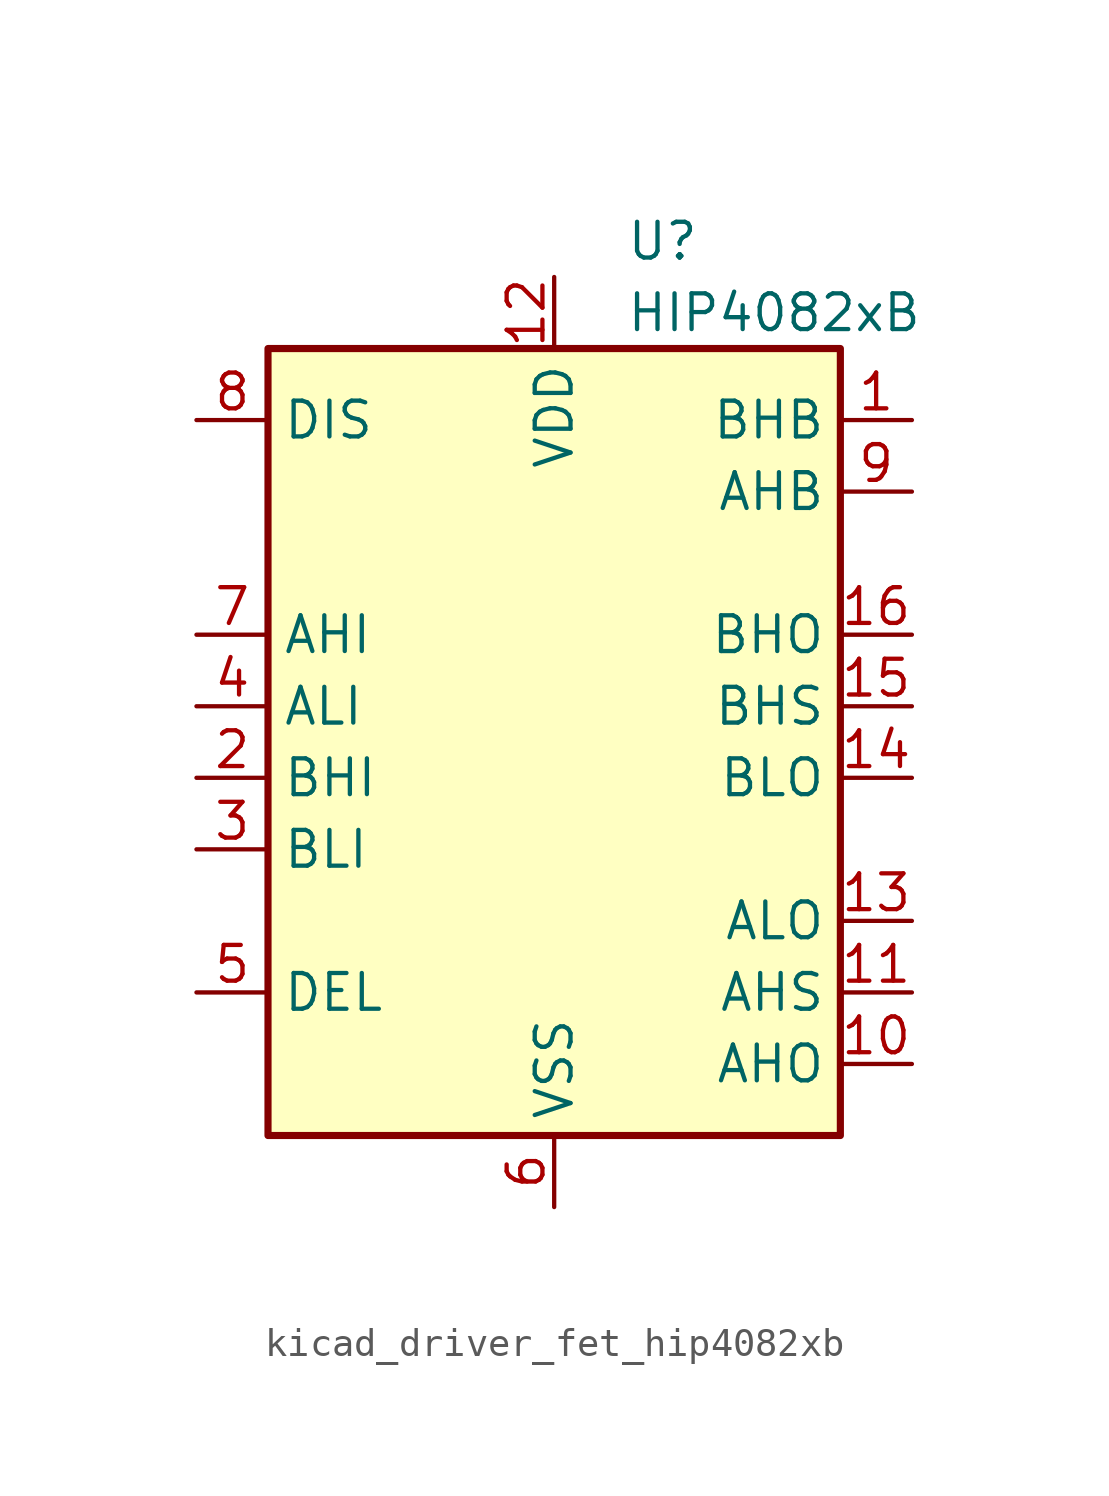
<source format=kicad_sym>
(kicad_symbol_lib
  (version 20220914)
  (generator kicad_symbol_editor)
  (symbol "kicad_driver_fet_hip4082xb"
    (property "Reference" "U"
      (at 2.54 16.51 0)
      (effects (font (size 1.27 1.27)) (justify left)))
    (property "Value" "HIP4082xB"
      (at 2.54 13.97 0)
      (effects (font (size 1.27 1.27)) (justify left)))
    (symbol "kicad_driver_fet_hip4082xb_0_0"
      (pin passive line (at -12.7 -10.16 0) (length 2.54) (name "DEL" (effects (font (size 1.27 1.27)))) (number "5" (effects (font (size 1.27 1.27))))))
    (symbol "kicad_driver_fet_hip4082xb_1_1"
      (rectangle (start -10.16 -15.24) (end 10.16 12.7) (stroke (width 0.254) (type default)) (fill (type background)))
      (pin input line (at 12.7 10.16 180) (length 2.54) (name "BHB" (effects (font (size 1.27 1.27)))) (number "1" (effects (font (size 1.27 1.27)))))
      (pin output line (at 12.7 -12.7 180) (length 2.54) (name "AHO" (effects (font (size 1.27 1.27)))) (number "10" (effects (font (size 1.27 1.27)))))
      (pin passive line (at 12.7 -10.16 180) (length 2.54) (name "AHS" (effects (font (size 1.27 1.27)))) (number "11" (effects (font (size 1.27 1.27)))))
      (pin power_in line (at 0 15.24 270) (length 2.54) (name "VDD" (effects (font (size 1.27 1.27)))) (number "12" (effects (font (size 1.27 1.27)))))
      (pin output line (at 12.7 -7.62 180) (length 2.54) (name "ALO" (effects (font (size 1.27 1.27)))) (number "13" (effects (font (size 1.27 1.27)))))
      (pin output line (at 12.7 -2.54 180) (length 2.54) (name "BLO" (effects (font (size 1.27 1.27)))) (number "14" (effects (font (size 1.27 1.27)))))
      (pin passive line (at 12.7 0 180) (length 2.54) (name "BHS" (effects (font (size 1.27 1.27)))) (number "15" (effects (font (size 1.27 1.27)))))
      (pin output line (at 12.7 2.54 180) (length 2.54) (name "BHO" (effects (font (size 1.27 1.27)))) (number "16" (effects (font (size 1.27 1.27)))))
      (pin input line (at -12.7 -2.54 0) (length 2.54) (name "BHI" (effects (font (size 1.27 1.27)))) (number "2" (effects (font (size 1.27 1.27)))))
      (pin input line (at -12.7 -5.08 0) (length 2.54) (name "BLI" (effects (font (size 1.27 1.27)))) (number "3" (effects (font (size 1.27 1.27)))))
      (pin input line (at -12.7 0 0) (length 2.54) (name "ALI" (effects (font (size 1.27 1.27)))) (number "4" (effects (font (size 1.27 1.27)))))
      (pin power_in line (at 0 -17.78 90) (length 2.54) (name "VSS" (effects (font (size 1.27 1.27)))) (number "6" (effects (font (size 1.27 1.27)))))
      (pin input line (at -12.7 2.54 0) (length 2.54) (name "AHI" (effects (font (size 1.27 1.27)))) (number "7" (effects (font (size 1.27 1.27)))))
      (pin input line (at -12.7 10.16 0) (length 2.54) (name "DIS" (effects (font (size 1.27 1.27)))) (number "8" (effects (font (size 1.27 1.27)))))
      (pin input line (at 12.7 7.62 180) (length 2.54) (name "AHB" (effects (font (size 1.27 1.27)))) (number "9" (effects (font (size 1.27 1.27))))))))
</source>
